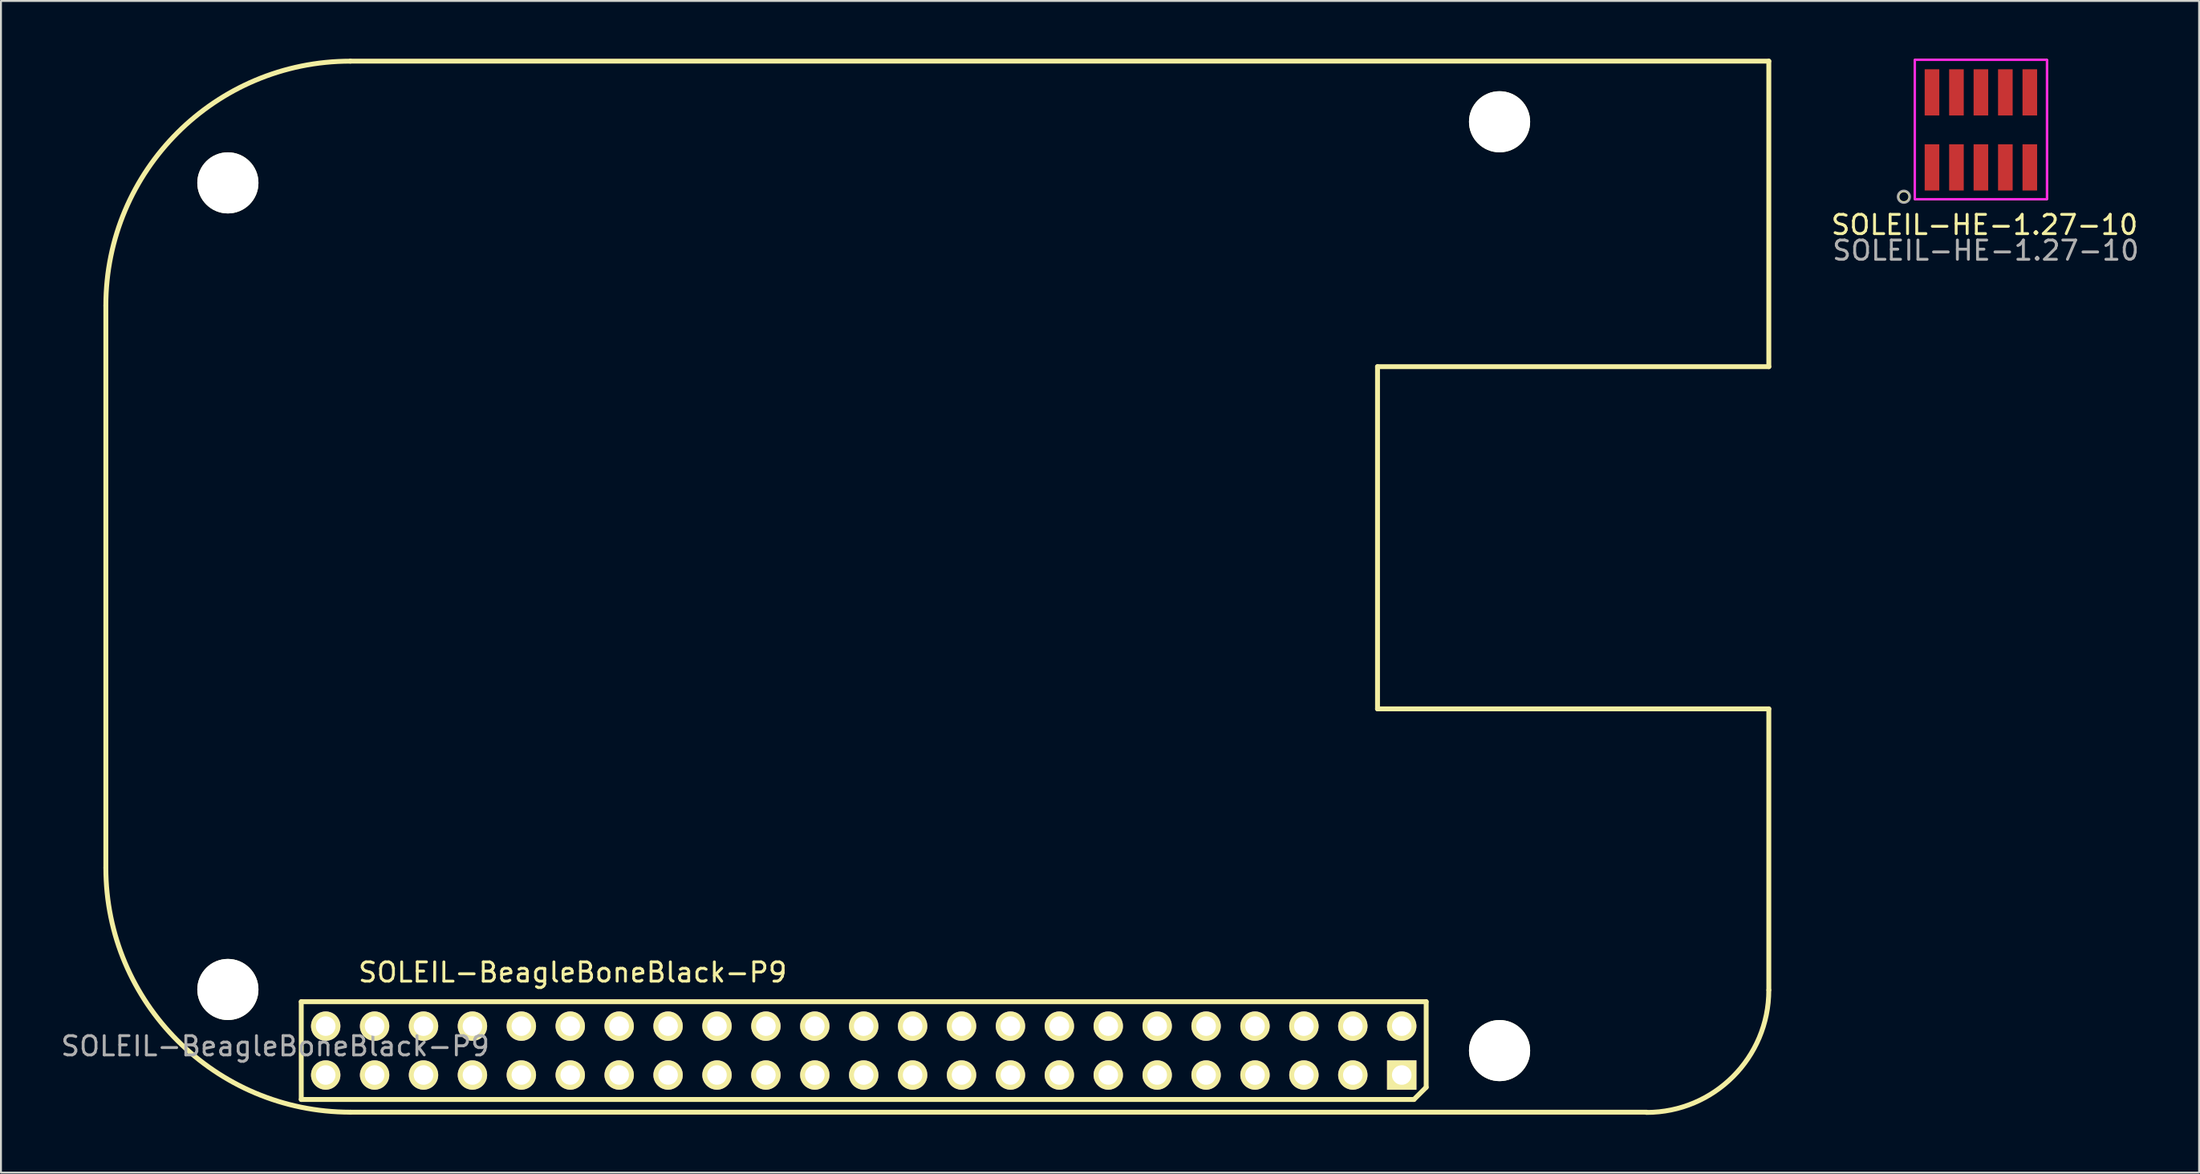
<source format=kicad_pcb>
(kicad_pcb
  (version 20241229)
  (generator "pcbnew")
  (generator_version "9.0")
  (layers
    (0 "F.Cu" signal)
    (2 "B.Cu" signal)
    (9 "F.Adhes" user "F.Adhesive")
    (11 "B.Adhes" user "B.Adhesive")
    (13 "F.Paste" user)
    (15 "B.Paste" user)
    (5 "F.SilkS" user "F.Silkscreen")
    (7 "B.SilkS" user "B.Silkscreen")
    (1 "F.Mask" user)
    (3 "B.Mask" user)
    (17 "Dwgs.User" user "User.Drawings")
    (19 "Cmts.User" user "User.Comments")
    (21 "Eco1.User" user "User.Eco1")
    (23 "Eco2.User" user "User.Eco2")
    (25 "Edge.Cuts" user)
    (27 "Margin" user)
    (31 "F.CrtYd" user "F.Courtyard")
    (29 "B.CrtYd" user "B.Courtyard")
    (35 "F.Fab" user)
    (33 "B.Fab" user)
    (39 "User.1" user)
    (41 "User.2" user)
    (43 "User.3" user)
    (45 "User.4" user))
  (footprint "SOLEIL-HE-1.27-10"
    (layer "F.Cu")
    (at 97.281 5.648)
    (property "Reference" "SOLEIL-HE-1.27-10" (at 2.731 2.985 0) (layer "F.SilkS") (effects (font (size 1 1) (thickness 0.15))))
    (attr smd)
    (fp_line (start -0.889 -5.588) (end 5.969 -5.588) (stroke (width 0.1) (type solid)) (layer "F.SilkS"))
    (fp_line (start -0.889 1.651) (end -0.889 -5.588) (stroke (width 0.1) (type solid)) (layer "F.SilkS"))
    (fp_line (start 5.969 -5.588) (end 5.969 1.651) (stroke (width 0.1) (type solid)) (layer "F.SilkS"))
    (fp_line (start 5.969 1.651) (end -0.889 1.651) (stroke (width 0.1) (type solid)) (layer "F.SilkS"))
    (fp_circle (center -1.46 1.524) (end -1.206 1.651) (stroke (width 0.1) (type solid)) (fill no) (layer "F.SilkS"))
    (fp_rect (start -0.889 -5.588) (end 5.969 1.651) (stroke (width 0.12) (type solid)) (fill no) (layer "F.CrtYd"))
    (fp_rect (start -0.889 -5.588) (end 5.969 1.651) (stroke (width 0.1) (type solid)) (fill no) (layer "F.Fab"))
    (fp_circle (center -1.46 1.524) (end -1.651 1.27) (stroke (width 0.1) (type solid)) (fill no) (layer "F.Fab"))
    (fp_text user "${REFERENCE}" (at 2.794 4.318 0) (layer "F.Fab") (effects (font (size 1 1) (thickness 0.15))))
    (pad "1" smd rect (at 0 0) (size 0.759 2.4) (layers "F.Cu" "F.Mask" "F.Paste"))
    (pad "2" smd rect (at 0 -3.899) (size 0.759 2.4) (layers "F.Cu" "F.Mask" "F.Paste"))
    (pad "3" smd rect (at 1.27 0) (size 0.759 2.4) (layers "F.Cu" "F.Mask" "F.Paste"))
    (pad "4" smd rect (at 1.27 -3.899) (size 0.759 2.4) (layers "F.Cu" "F.Mask" "F.Paste"))
    (pad "5" smd rect (at 2.54 0) (size 0.759 2.4) (layers "F.Cu" "F.Mask" "F.Paste"))
    (pad "6" smd rect (at 2.54 -3.899) (size 0.759 2.4) (layers "F.Cu" "F.Mask" "F.Paste"))
    (pad "7" smd rect (at 3.81 0) (size 0.759 2.4) (layers "F.Cu" "F.Mask" "F.Paste"))
    (pad "8" smd rect (at 3.81 -3.899) (size 0.759 2.4) (layers "F.Cu" "F.Mask" "F.Paste"))
    (pad "9" smd rect (at 5.08 0) (size 0.759 2.4) (layers "F.Cu" "F.Mask" "F.Paste"))
    (pad "10" smd rect (at 5.08 -3.899) (size 0.759 2.4) (layers "F.Cu" "F.Mask" "F.Paste")))
  (footprint "SOLEIL-BeagleBoneBlack-P9"
    (layer "F.Cu")
    (at 69.744 52.807)
    (property "Reference" "SOLEIL-BeagleBoneBlack-P9" (at -43.053 -5.334 0) (layer "F.SilkS") (effects (font (size 1 1) (thickness 0.15))))
    (attr smd)
    (fp_line (start -67.297 -39.98) (end -67.297 -10.77) (stroke (width 0.254) (type solid)) (layer "F.SilkS"))
    (fp_line (start -57.15 -3.81) (end -57.15 1.27) (stroke (width 0.254) (type solid)) (layer "F.SilkS"))
    (fp_line (start -57.15 1.27) (end 0.635 1.27) (stroke (width 0.254) (type solid)) (layer "F.SilkS"))
    (fp_line (start -1.257 -19.025) (end -1.257 -36.805) (stroke (width 0.254) (type solid)) (layer "F.SilkS"))
    (fp_line (start 0.635 1.27) (end 1.27 0.635) (stroke (width 0.254) (type solid)) (layer "F.SilkS"))
    (fp_line (start 1.27 -3.81) (end -57.15 -3.81) (stroke (width 0.254) (type solid)) (layer "F.SilkS"))
    (fp_line (start 1.27 0.635) (end 1.27 -3.81) (stroke (width 0.254) (type solid)) (layer "F.SilkS"))
    (fp_line (start 12.713 1.93) (end -54.597 1.93) (stroke (width 0.254) (type solid)) (layer "F.SilkS"))
    (fp_line (start 19.063 -52.68) (end -54.597 -52.68) (stroke (width 0.254) (type solid)) (layer "F.SilkS"))
    (fp_line (start 19.063 -36.805) (end -1.257 -36.805) (stroke (width 0.254) (type solid)) (layer "F.SilkS"))
    (fp_line (start 19.063 -36.805) (end 19.063 -52.68) (stroke (width 0.254) (type solid)) (layer "F.SilkS"))
    (fp_line (start 19.063 -19.025) (end -1.257 -19.025) (stroke (width 0.254) (type solid)) (layer "F.SilkS"))
    (fp_line (start 19.063 -4.42) (end 19.063 -19.025) (stroke (width 0.254) (type solid)) (layer "F.SilkS"))
    (fp_arc (start -67.2973 -39.9796) (mid -63.577556 -48.959856) (end -54.5973 -52.6796) (stroke (width 0.254) (type solid)) (layer "F.SilkS"))
    (fp_arc (start -54.5973 1.9304) (mid -63.577556 -1.789344) (end -67.2973 -10.7696) (stroke (width 0.254) (type solid)) (layer "F.SilkS"))
    (fp_arc (start 19.0627 -4.4073) (mid 17.202828 0.082828) (end 12.7127 1.9427) (stroke (width 0.254) (type solid)) (layer "F.SilkS"))
    (fp_text user "${REFERENCE}" (at -58.5 -1.5 0) (layer "F.Fab") (effects (font (size 1 1) (thickness 0.15))))
    (pad "" np_thru_hole circle (at -60.96 -46.355 180) (size 3.175 3.175) (drill 3.175) (layers "*.Cu" "*.Mask" "F.SilkS"))
    (pad "" np_thru_hole circle (at -60.96 -4.445 180) (size 3.175 3.175) (drill 3.175) (layers "*.Cu" "*.Mask" "F.SilkS"))
    (pad "" np_thru_hole circle (at 5.08 -49.53 180) (size 3.175 3.175) (drill 3.175) (layers "*.Cu" "*.Mask" "F.SilkS"))
    (pad "" np_thru_hole circle (at 5.08 -1.27 180) (size 3.175 3.175) (drill 3.175) (layers "*.Cu" "*.Mask" "F.SilkS"))
    (pad "1" thru_hole rect (at 0 0 180) (size 1.524 1.524) (drill 1.016) (layers "*.Cu" "*.Mask" "F.SilkS"))
    (pad "2" thru_hole circle (at 0 -2.54 180) (size 1.524 1.524) (drill 1.016) (layers "*.Cu" "*.Mask" "F.SilkS"))
    (pad "3" thru_hole circle (at -2.54 0 180) (size 1.524 1.524) (drill 1.016) (layers "*.Cu" "*.Mask" "F.SilkS"))
    (pad "4" thru_hole circle (at -2.54 -2.54 180) (size 1.524 1.524) (drill 1.016) (layers "*.Cu" "*.Mask" "F.SilkS"))
    (pad "5" thru_hole circle (at -5.08 0 180) (size 1.524 1.524) (drill 1.016) (layers "*.Cu" "*.Mask" "F.SilkS"))
    (pad "6" thru_hole circle (at -5.08 -2.54 180) (size 1.524 1.524) (drill 1.016) (layers "*.Cu" "*.Mask" "F.SilkS"))
    (pad "7" thru_hole circle (at -7.62 0 180) (size 1.524 1.524) (drill 1.016) (layers "*.Cu" "*.Mask" "F.SilkS"))
    (pad "8" thru_hole circle (at -7.62 -2.54 180) (size 1.524 1.524) (drill 1.016) (layers "*.Cu" "*.Mask" "F.SilkS"))
    (pad "9" thru_hole circle (at -10.16 0 180) (size 1.524 1.524) (drill 1.016) (layers "*.Cu" "*.Mask" "F.SilkS"))
    (pad "10" thru_hole circle (at -10.16 -2.54 180) (size 1.524 1.524) (drill 1.016) (layers "*.Cu" "*.Mask" "F.SilkS"))
    (pad "11" thru_hole circle (at -12.7 0 180) (size 1.524 1.524) (drill 1.016) (layers "*.Cu" "*.Mask" "F.SilkS"))
    (pad "12" thru_hole circle (at -12.7 -2.54 180) (size 1.524 1.524) (drill 1.016) (layers "*.Cu" "*.Mask" "F.SilkS"))
    (pad "13" thru_hole circle (at -15.24 0 180) (size 1.524 1.524) (drill 1.016) (layers "*.Cu" "*.Mask" "F.SilkS"))
    (pad "14" thru_hole circle (at -15.24 -2.54 180) (size 1.524 1.524) (drill 1.016) (layers "*.Cu" "*.Mask" "F.SilkS"))
    (pad "15" thru_hole circle (at -17.78 0 180) (size 1.524 1.524) (drill 1.016) (layers "*.Cu" "*.Mask" "F.SilkS"))
    (pad "16" thru_hole circle (at -17.78 -2.54 180) (size 1.524 1.524) (drill 1.016) (layers "*.Cu" "*.Mask" "F.SilkS"))
    (pad "17" thru_hole circle (at -20.32 0 180) (size 1.524 1.524) (drill 1.016) (layers "*.Cu" "*.Mask" "F.SilkS"))
    (pad "18" thru_hole circle (at -20.32 -2.54 180) (size 1.524 1.524) (drill 1.016) (layers "*.Cu" "*.Mask" "F.SilkS"))
    (pad "19" thru_hole circle (at -22.86 0 180) (size 1.524 1.524) (drill 1.016) (layers "*.Cu" "*.Mask" "F.SilkS"))
    (pad "20" thru_hole circle (at -22.86 -2.54 180) (size 1.524 1.524) (drill 1.016) (layers "*.Cu" "*.Mask" "F.SilkS"))
    (pad "21" thru_hole circle (at -25.4 0 180) (size 1.524 1.524) (drill 1.016) (layers "*.Cu" "*.Mask" "F.SilkS"))
    (pad "22" thru_hole circle (at -25.4 -2.54 180) (size 1.524 1.524) (drill 1.016) (layers "*.Cu" "*.Mask" "F.SilkS"))
    (pad "23" thru_hole circle (at -27.94 0 180) (size 1.524 1.524) (drill 1.016) (layers "*.Cu" "*.Mask" "F.SilkS"))
    (pad "24" thru_hole circle (at -27.94 -2.54 180) (size 1.524 1.524) (drill 1.016) (layers "*.Cu" "*.Mask" "F.SilkS"))
    (pad "25" thru_hole circle (at -30.48 0 180) (size 1.524 1.524) (drill 1.016) (layers "*.Cu" "*.Mask" "F.SilkS"))
    (pad "26" thru_hole circle (at -30.48 -2.54 180) (size 1.524 1.524) (drill 1.016) (layers "*.Cu" "*.Mask" "F.SilkS"))
    (pad "27" thru_hole circle (at -33.02 0 180) (size 1.524 1.524) (drill 1.016) (layers "*.Cu" "*.Mask" "F.SilkS"))
    (pad "28" thru_hole circle (at -33.02 -2.54 180) (size 1.524 1.524) (drill 1.016) (layers "*.Cu" "*.Mask" "F.SilkS"))
    (pad "29" thru_hole circle (at -35.56 0 180) (size 1.524 1.524) (drill 1.016) (layers "*.Cu" "*.Mask" "F.SilkS"))
    (pad "30" thru_hole circle (at -35.56 -2.54 180) (size 1.524 1.524) (drill 1.016) (layers "*.Cu" "*.Mask" "F.SilkS"))
    (pad "31" thru_hole circle (at -38.1 0 180) (size 1.524 1.524) (drill 1.016) (layers "*.Cu" "*.Mask" "F.SilkS"))
    (pad "32" thru_hole circle (at -38.1 -2.54 180) (size 1.524 1.524) (drill 1.016) (layers "*.Cu" "*.Mask" "F.SilkS"))
    (pad "33" thru_hole circle (at -40.64 0 180) (size 1.524 1.524) (drill 1.016) (layers "*.Cu" "*.Mask" "F.SilkS"))
    (pad "34" thru_hole circle (at -40.64 -2.54 180) (size 1.524 1.524) (drill 1.016) (layers "*.Cu" "*.Mask" "F.SilkS"))
    (pad "35" thru_hole circle (at -43.18 0 180) (size 1.524 1.524) (drill 1.016) (layers "*.Cu" "*.Mask" "F.SilkS"))
    (pad "36" thru_hole circle (at -43.18 -2.54 180) (size 1.524 1.524) (drill 1.016) (layers "*.Cu" "*.Mask" "F.SilkS"))
    (pad "37" thru_hole circle (at -45.72 0 180) (size 1.524 1.524) (drill 1.016) (layers "*.Cu" "*.Mask" "F.SilkS"))
    (pad "38" thru_hole circle (at -45.72 -2.54 180) (size 1.524 1.524) (drill 1.016) (layers "*.Cu" "*.Mask" "F.SilkS"))
    (pad "39" thru_hole circle (at -48.26 0 180) (size 1.524 1.524) (drill 1.016) (layers "*.Cu" "*.Mask" "F.SilkS"))
    (pad "40" thru_hole circle (at -48.26 -2.54 180) (size 1.524 1.524) (drill 1.016) (layers "*.Cu" "*.Mask" "F.SilkS"))
    (pad "41" thru_hole circle (at -50.8 0 180) (size 1.524 1.524) (drill 1.016) (layers "*.Cu" "*.Mask" "F.SilkS"))
    (pad "42" thru_hole circle (at -50.8 -2.54 180) (size 1.524 1.524) (drill 1.016) (layers "*.Cu" "*.Mask" "F.SilkS"))
    (pad "43" thru_hole circle (at -53.34 0 180) (size 1.524 1.524) (drill 1.016) (layers "*.Cu" "*.Mask" "F.SilkS"))
    (pad "44" thru_hole circle (at -53.34 -2.54 180) (size 1.524 1.524) (drill 1.016) (layers "*.Cu" "*.Mask" "F.SilkS"))
    (pad "45" thru_hole circle (at -55.88 0 180) (size 1.524 1.524) (drill 1.016) (layers "*.Cu" "*.Mask" "F.SilkS"))
    (pad "46" thru_hole circle (at -55.88 -2.54 180) (size 1.524 1.524) (drill 1.016) (layers "*.Cu" "*.Mask" "F.SilkS")))
  (gr_rect
    (start -3 -3)
    (end 111.152 57.876)
    (stroke (width 0.1) (type default))
    (fill no)
    (layer "Edge.Cuts")))
</source>
